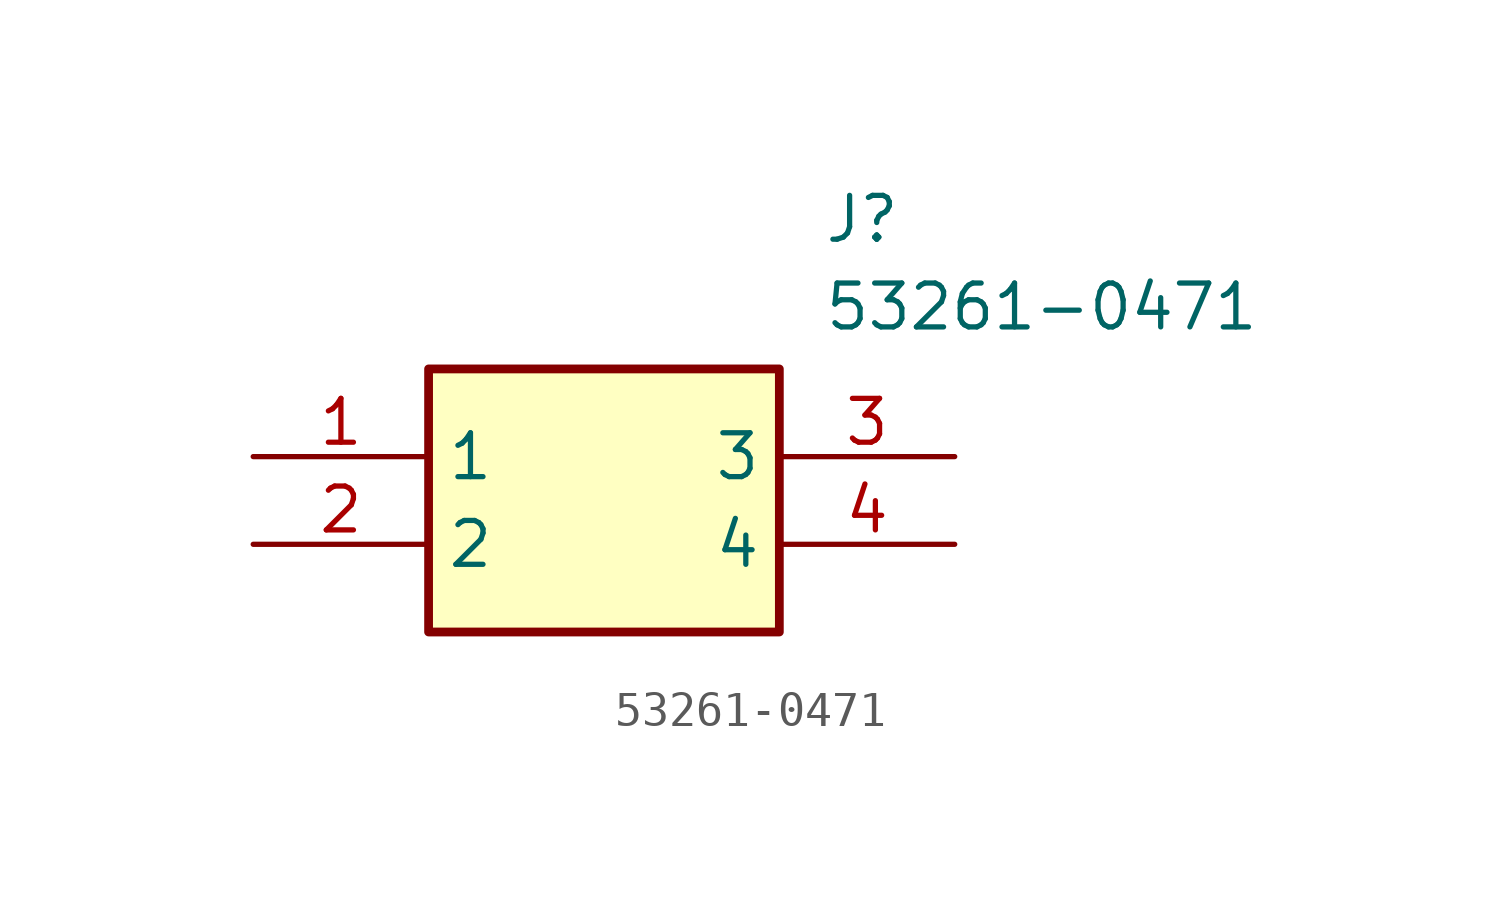
<source format=kicad_sym>
(kicad_symbol_lib
  (version 20211014)
  (generator SamacSys_ECAD_Model)
  (symbol "53261-0471"
    (property "Reference" "J"
      (at 16.51 7.62 0)
      (effects (font (size 1.27 1.27)) (justify left top)))
    (property "Value" "53261-0471"
      (at 16.51 5.08 0)
      (effects (font (size 1.27 1.27)) (justify left top)))
    (rectangle
      (start 5.08 2.54)
      (end 15.24 -5.08)
      (stroke (width 0.254) (type default))
      (fill (type background)))
    (pin passive line
      (at 0 0 0)
      (length 5.08)
      (name "1" (effects (font (size 1.27 1.27))))
      (number "1" (effects (font (size 1.27 1.27)))))
    (pin passive line
      (at 0 -2.54 0)
      (length 5.08)
      (name "2" (effects (font (size 1.27 1.27))))
      (number "2" (effects (font (size 1.27 1.27)))))
    (pin passive line
      (at 20.32 0 180)
      (length 5.08)
      (name "3" (effects (font (size 1.27 1.27))))
      (number "3" (effects (font (size 1.27 1.27)))))
    (pin passive line
      (at 20.32 -2.54 180)
      (length 5.08)
      (name "4" (effects (font (size 1.27 1.27))))
      (number "4" (effects (font (size 1.27 1.27)))))))
</source>
